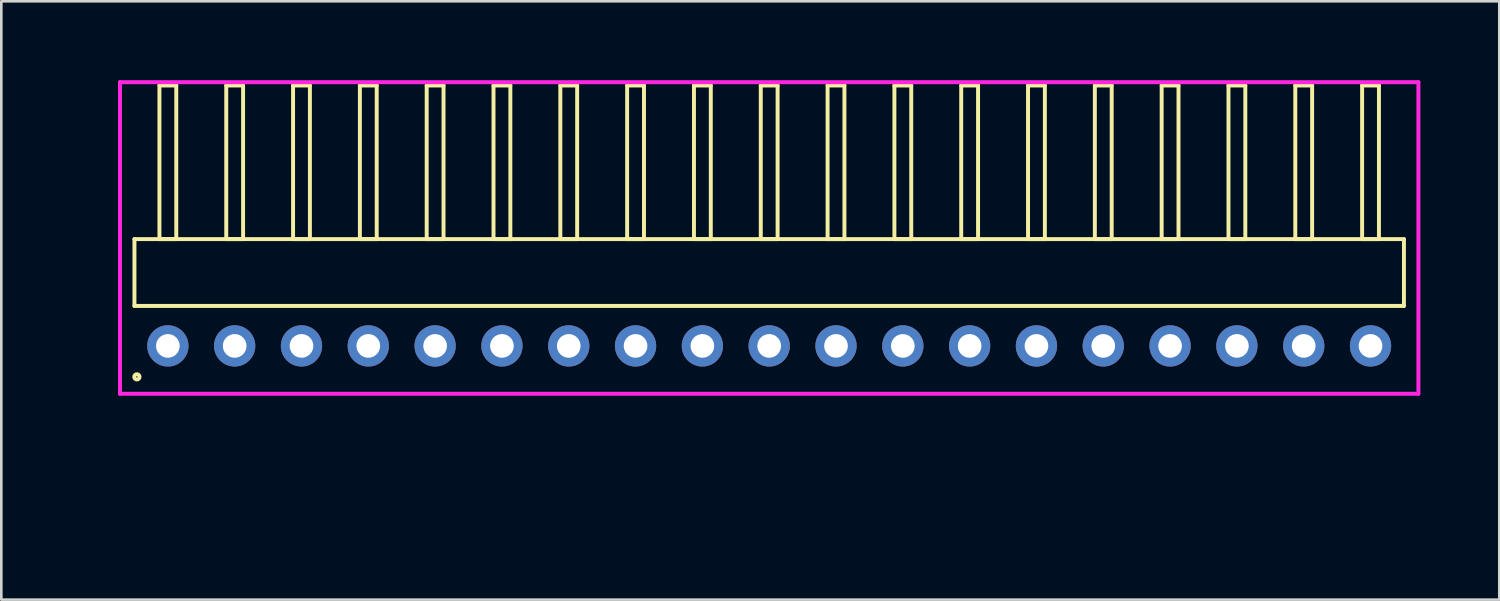
<source format=kicad_pcb>
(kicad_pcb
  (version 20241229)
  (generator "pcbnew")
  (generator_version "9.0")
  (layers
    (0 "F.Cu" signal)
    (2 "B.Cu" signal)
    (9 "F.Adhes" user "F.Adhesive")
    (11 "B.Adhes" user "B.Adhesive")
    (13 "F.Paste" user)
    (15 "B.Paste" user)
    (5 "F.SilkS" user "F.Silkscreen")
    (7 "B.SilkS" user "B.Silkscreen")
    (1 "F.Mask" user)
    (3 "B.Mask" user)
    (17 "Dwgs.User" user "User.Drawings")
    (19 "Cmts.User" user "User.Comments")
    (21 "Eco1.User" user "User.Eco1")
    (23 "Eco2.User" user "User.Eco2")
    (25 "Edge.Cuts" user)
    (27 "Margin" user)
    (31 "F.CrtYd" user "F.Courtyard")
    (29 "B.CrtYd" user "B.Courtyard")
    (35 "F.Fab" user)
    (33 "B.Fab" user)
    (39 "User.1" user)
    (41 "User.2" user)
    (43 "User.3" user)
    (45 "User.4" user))
  (footprint "HDR_RA254P19x1"
    (layer "F.Cu")
    (at 26.191 10.1)
    (property "Reference" "HDR_RA254P19x1" (at -25.43 0 90) (layer "User.1") (effects (font (size 1 1) (thickness 0.1))))
    (attr through_hole)
    (fp_line (start -24.13 -4.06) (end -24.13 -1.52) (stroke (width 0.15) (type solid)) (layer "F.SilkS"))
    (fp_line (start -24.13 -1.52) (end 24.13 -1.52) (stroke (width 0.15) (type solid)) (layer "F.SilkS"))
    (fp_line (start -23.18 -9.9) (end -23.18 -4.06) (stroke (width 0.15) (type solid)) (layer "F.SilkS"))
    (fp_line (start -23.18 -4.06) (end -22.54 -4.06) (stroke (width 0.15) (type solid)) (layer "F.SilkS"))
    (fp_line (start -22.54 -9.9) (end -23.18 -9.9) (stroke (width 0.15) (type solid)) (layer "F.SilkS"))
    (fp_line (start -22.54 -4.06) (end -22.54 -9.9) (stroke (width 0.15) (type solid)) (layer "F.SilkS"))
    (fp_line (start -20.64 -9.9) (end -20.64 -4.06) (stroke (width 0.15) (type solid)) (layer "F.SilkS"))
    (fp_line (start -20.64 -4.06) (end -20 -4.06) (stroke (width 0.15) (type solid)) (layer "F.SilkS"))
    (fp_line (start -20 -9.9) (end -20.64 -9.9) (stroke (width 0.15) (type solid)) (layer "F.SilkS"))
    (fp_line (start -20 -4.06) (end -20 -9.9) (stroke (width 0.15) (type solid)) (layer "F.SilkS"))
    (fp_line (start -18.1 -9.9) (end -18.1 -4.06) (stroke (width 0.15) (type solid)) (layer "F.SilkS"))
    (fp_line (start -18.1 -4.06) (end -17.46 -4.06) (stroke (width 0.15) (type solid)) (layer "F.SilkS"))
    (fp_line (start -17.46 -9.9) (end -18.1 -9.9) (stroke (width 0.15) (type solid)) (layer "F.SilkS"))
    (fp_line (start -17.46 -4.06) (end -17.46 -9.9) (stroke (width 0.15) (type solid)) (layer "F.SilkS"))
    (fp_line (start -15.56 -9.9) (end -15.56 -4.06) (stroke (width 0.15) (type solid)) (layer "F.SilkS"))
    (fp_line (start -15.56 -4.06) (end -14.92 -4.06) (stroke (width 0.15) (type solid)) (layer "F.SilkS"))
    (fp_line (start -14.92 -9.9) (end -15.56 -9.9) (stroke (width 0.15) (type solid)) (layer "F.SilkS"))
    (fp_line (start -14.92 -4.06) (end -14.92 -9.9) (stroke (width 0.15) (type solid)) (layer "F.SilkS"))
    (fp_line (start -13.02 -9.9) (end -13.02 -4.06) (stroke (width 0.15) (type solid)) (layer "F.SilkS"))
    (fp_line (start -13.02 -4.06) (end -12.38 -4.06) (stroke (width 0.15) (type solid)) (layer "F.SilkS"))
    (fp_line (start -12.38 -9.9) (end -13.02 -9.9) (stroke (width 0.15) (type solid)) (layer "F.SilkS"))
    (fp_line (start -12.38 -4.06) (end -12.38 -9.9) (stroke (width 0.15) (type solid)) (layer "F.SilkS"))
    (fp_line (start -10.48 -9.9) (end -10.48 -4.06) (stroke (width 0.15) (type solid)) (layer "F.SilkS"))
    (fp_line (start -10.48 -4.06) (end -9.84 -4.06) (stroke (width 0.15) (type solid)) (layer "F.SilkS"))
    (fp_line (start -9.84 -9.9) (end -10.48 -9.9) (stroke (width 0.15) (type solid)) (layer "F.SilkS"))
    (fp_line (start -9.84 -4.06) (end -9.84 -9.9) (stroke (width 0.15) (type solid)) (layer "F.SilkS"))
    (fp_line (start -7.94 -9.9) (end -7.94 -4.06) (stroke (width 0.15) (type solid)) (layer "F.SilkS"))
    (fp_line (start -7.94 -4.06) (end -7.3 -4.06) (stroke (width 0.15) (type solid)) (layer "F.SilkS"))
    (fp_line (start -7.3 -9.9) (end -7.94 -9.9) (stroke (width 0.15) (type solid)) (layer "F.SilkS"))
    (fp_line (start -7.3 -4.06) (end -7.3 -9.9) (stroke (width 0.15) (type solid)) (layer "F.SilkS"))
    (fp_line (start -5.4 -9.9) (end -5.4 -4.06) (stroke (width 0.15) (type solid)) (layer "F.SilkS"))
    (fp_line (start -5.4 -4.06) (end -4.76 -4.06) (stroke (width 0.15) (type solid)) (layer "F.SilkS"))
    (fp_line (start -4.76 -9.9) (end -5.4 -9.9) (stroke (width 0.15) (type solid)) (layer "F.SilkS"))
    (fp_line (start -4.76 -4.06) (end -4.76 -9.9) (stroke (width 0.15) (type solid)) (layer "F.SilkS"))
    (fp_line (start -2.86 -9.9) (end -2.86 -4.06) (stroke (width 0.15) (type solid)) (layer "F.SilkS"))
    (fp_line (start -2.86 -4.06) (end -2.22 -4.06) (stroke (width 0.15) (type solid)) (layer "F.SilkS"))
    (fp_line (start -2.22 -9.9) (end -2.86 -9.9) (stroke (width 0.15) (type solid)) (layer "F.SilkS"))
    (fp_line (start -2.22 -4.06) (end -2.22 -9.9) (stroke (width 0.15) (type solid)) (layer "F.SilkS"))
    (fp_line (start -0.32 -9.9) (end -0.32 -4.06) (stroke (width 0.15) (type solid)) (layer "F.SilkS"))
    (fp_line (start -0.32 -4.06) (end 0.32 -4.06) (stroke (width 0.15) (type solid)) (layer "F.SilkS"))
    (fp_line (start 0.32 -9.9) (end -0.32 -9.9) (stroke (width 0.15) (type solid)) (layer "F.SilkS"))
    (fp_line (start 0.32 -4.06) (end 0.32 -9.9) (stroke (width 0.15) (type solid)) (layer "F.SilkS"))
    (fp_line (start 2.22 -9.9) (end 2.22 -4.06) (stroke (width 0.15) (type solid)) (layer "F.SilkS"))
    (fp_line (start 2.22 -4.06) (end 2.86 -4.06) (stroke (width 0.15) (type solid)) (layer "F.SilkS"))
    (fp_line (start 2.86 -9.9) (end 2.22 -9.9) (stroke (width 0.15) (type solid)) (layer "F.SilkS"))
    (fp_line (start 2.86 -4.06) (end 2.86 -9.9) (stroke (width 0.15) (type solid)) (layer "F.SilkS"))
    (fp_line (start 4.76 -9.9) (end 4.76 -4.06) (stroke (width 0.15) (type solid)) (layer "F.SilkS"))
    (fp_line (start 4.76 -4.06) (end 5.4 -4.06) (stroke (width 0.15) (type solid)) (layer "F.SilkS"))
    (fp_line (start 5.4 -9.9) (end 4.76 -9.9) (stroke (width 0.15) (type solid)) (layer "F.SilkS"))
    (fp_line (start 5.4 -4.06) (end 5.4 -9.9) (stroke (width 0.15) (type solid)) (layer "F.SilkS"))
    (fp_line (start 7.3 -9.9) (end 7.3 -4.06) (stroke (width 0.15) (type solid)) (layer "F.SilkS"))
    (fp_line (start 7.3 -4.06) (end 7.94 -4.06) (stroke (width 0.15) (type solid)) (layer "F.SilkS"))
    (fp_line (start 7.94 -9.9) (end 7.3 -9.9) (stroke (width 0.15) (type solid)) (layer "F.SilkS"))
    (fp_line (start 7.94 -4.06) (end 7.94 -9.9) (stroke (width 0.15) (type solid)) (layer "F.SilkS"))
    (fp_line (start 9.84 -9.9) (end 9.84 -4.06) (stroke (width 0.15) (type solid)) (layer "F.SilkS"))
    (fp_line (start 9.84 -4.06) (end 10.48 -4.06) (stroke (width 0.15) (type solid)) (layer "F.SilkS"))
    (fp_line (start 10.48 -9.9) (end 9.84 -9.9) (stroke (width 0.15) (type solid)) (layer "F.SilkS"))
    (fp_line (start 10.48 -4.06) (end 10.48 -9.9) (stroke (width 0.15) (type solid)) (layer "F.SilkS"))
    (fp_line (start 12.38 -9.9) (end 12.38 -4.06) (stroke (width 0.15) (type solid)) (layer "F.SilkS"))
    (fp_line (start 12.38 -4.06) (end 13.02 -4.06) (stroke (width 0.15) (type solid)) (layer "F.SilkS"))
    (fp_line (start 13.02 -9.9) (end 12.38 -9.9) (stroke (width 0.15) (type solid)) (layer "F.SilkS"))
    (fp_line (start 13.02 -4.06) (end 13.02 -9.9) (stroke (width 0.15) (type solid)) (layer "F.SilkS"))
    (fp_line (start 14.92 -9.9) (end 14.92 -4.06) (stroke (width 0.15) (type solid)) (layer "F.SilkS"))
    (fp_line (start 14.92 -4.06) (end 15.56 -4.06) (stroke (width 0.15) (type solid)) (layer "F.SilkS"))
    (fp_line (start 15.56 -9.9) (end 14.92 -9.9) (stroke (width 0.15) (type solid)) (layer "F.SilkS"))
    (fp_line (start 15.56 -4.06) (end 15.56 -9.9) (stroke (width 0.15) (type solid)) (layer "F.SilkS"))
    (fp_line (start 17.46 -9.9) (end 17.46 -4.06) (stroke (width 0.15) (type solid)) (layer "F.SilkS"))
    (fp_line (start 17.46 -4.06) (end 18.1 -4.06) (stroke (width 0.15) (type solid)) (layer "F.SilkS"))
    (fp_line (start 18.1 -9.9) (end 17.46 -9.9) (stroke (width 0.15) (type solid)) (layer "F.SilkS"))
    (fp_line (start 18.1 -4.06) (end 18.1 -9.9) (stroke (width 0.15) (type solid)) (layer "F.SilkS"))
    (fp_line (start 20 -9.9) (end 20 -4.06) (stroke (width 0.15) (type solid)) (layer "F.SilkS"))
    (fp_line (start 20 -4.06) (end 20.64 -4.06) (stroke (width 0.15) (type solid)) (layer "F.SilkS"))
    (fp_line (start 20.64 -9.9) (end 20 -9.9) (stroke (width 0.15) (type solid)) (layer "F.SilkS"))
    (fp_line (start 20.64 -4.06) (end 20.64 -9.9) (stroke (width 0.15) (type solid)) (layer "F.SilkS"))
    (fp_line (start 22.54 -9.9) (end 22.54 -4.06) (stroke (width 0.15) (type solid)) (layer "F.SilkS"))
    (fp_line (start 22.54 -4.06) (end 23.18 -4.06) (stroke (width 0.15) (type solid)) (layer "F.SilkS"))
    (fp_line (start 23.18 -9.9) (end 22.54 -9.9) (stroke (width 0.15) (type solid)) (layer "F.SilkS"))
    (fp_line (start 23.18 -4.06) (end 23.18 -9.9) (stroke (width 0.15) (type solid)) (layer "F.SilkS"))
    (fp_line (start 24.13 -4.06) (end -24.13 -4.06) (stroke (width 0.15) (type solid)) (layer "F.SilkS"))
    (fp_line (start 24.13 -1.52) (end 24.13 -4.06) (stroke (width 0.15) (type solid)) (layer "F.SilkS"))
    (fp_circle (center -24.037 1.177) (end -23.937 1.177) (stroke (width 0.15) (type solid)) (fill no) (layer "F.SilkS"))
    (fp_line (start -24.68 -10.025) (end -24.68 1.82) (stroke (width 0.15) (type solid)) (layer "F.CrtYd"))
    (fp_line (start -24.68 1.82) (end 24.68 1.82) (stroke (width 0.15) (type solid)) (layer "F.CrtYd"))
    (fp_line (start 24.68 -10.025) (end -24.68 -10.025) (stroke (width 0.15) (type solid)) (layer "F.CrtYd"))
    (fp_line (start 24.68 1.82) (end 24.68 -10.025) (stroke (width 0.15) (type solid)) (layer "F.CrtYd"))
    (pad "1" thru_hole oval (at -22.86 0) (size 1.57 1.57) (drill 0.9) (layers "*.Cu" "*.Mask"))
    (pad "2" thru_hole oval (at -20.32 0) (size 1.57 1.57) (drill 0.9) (layers "*.Cu" "*.Mask"))
    (pad "3" thru_hole oval (at -17.78 0) (size 1.57 1.57) (drill 0.9) (layers "*.Cu" "*.Mask"))
    (pad "4" thru_hole oval (at -15.24 0) (size 1.57 1.57) (drill 0.9) (layers "*.Cu" "*.Mask"))
    (pad "5" thru_hole oval (at -12.7 0) (size 1.57 1.57) (drill 0.9) (layers "*.Cu" "*.Mask"))
    (pad "6" thru_hole oval (at -10.16 0) (size 1.57 1.57) (drill 0.9) (layers "*.Cu" "*.Mask"))
    (pad "7" thru_hole oval (at -7.62 0) (size 1.57 1.57) (drill 0.9) (layers "*.Cu" "*.Mask"))
    (pad "8" thru_hole oval (at -5.08 0) (size 1.57 1.57) (drill 0.9) (layers "*.Cu" "*.Mask"))
    (pad "9" thru_hole oval (at -2.54 0) (size 1.57 1.57) (drill 0.9) (layers "*.Cu" "*.Mask"))
    (pad "10" thru_hole oval (at 0 0) (size 1.57 1.57) (drill 0.9) (layers "*.Cu" "*.Mask"))
    (pad "11" thru_hole oval (at 2.54 0) (size 1.57 1.57) (drill 0.9) (layers "*.Cu" "*.Mask"))
    (pad "12" thru_hole oval (at 5.08 0) (size 1.57 1.57) (drill 0.9) (layers "*.Cu" "*.Mask"))
    (pad "13" thru_hole oval (at 7.62 0) (size 1.57 1.57) (drill 0.9) (layers "*.Cu" "*.Mask"))
    (pad "14" thru_hole oval (at 10.16 0) (size 1.57 1.57) (drill 0.9) (layers "*.Cu" "*.Mask"))
    (pad "15" thru_hole oval (at 12.7 0) (size 1.57 1.57) (drill 0.9) (layers "*.Cu" "*.Mask"))
    (pad "16" thru_hole oval (at 15.24 0) (size 1.57 1.57) (drill 0.9) (layers "*.Cu" "*.Mask"))
    (pad "17" thru_hole oval (at 17.78 0) (size 1.57 1.57) (drill 0.9) (layers "*.Cu" "*.Mask"))
    (pad "18" thru_hole oval (at 20.32 0) (size 1.57 1.57) (drill 0.9) (layers "*.Cu" "*.Mask"))
    (pad "19" thru_hole oval (at 22.86 0) (size 1.57 1.57) (drill 0.9) (layers "*.Cu" "*.Mask")))
  (gr_rect
    (start -3 -3)
    (end 53.946 19.745)
    (stroke (width 0.1) (type default))
    (fill no)
    (layer "Edge.Cuts")))
</source>
